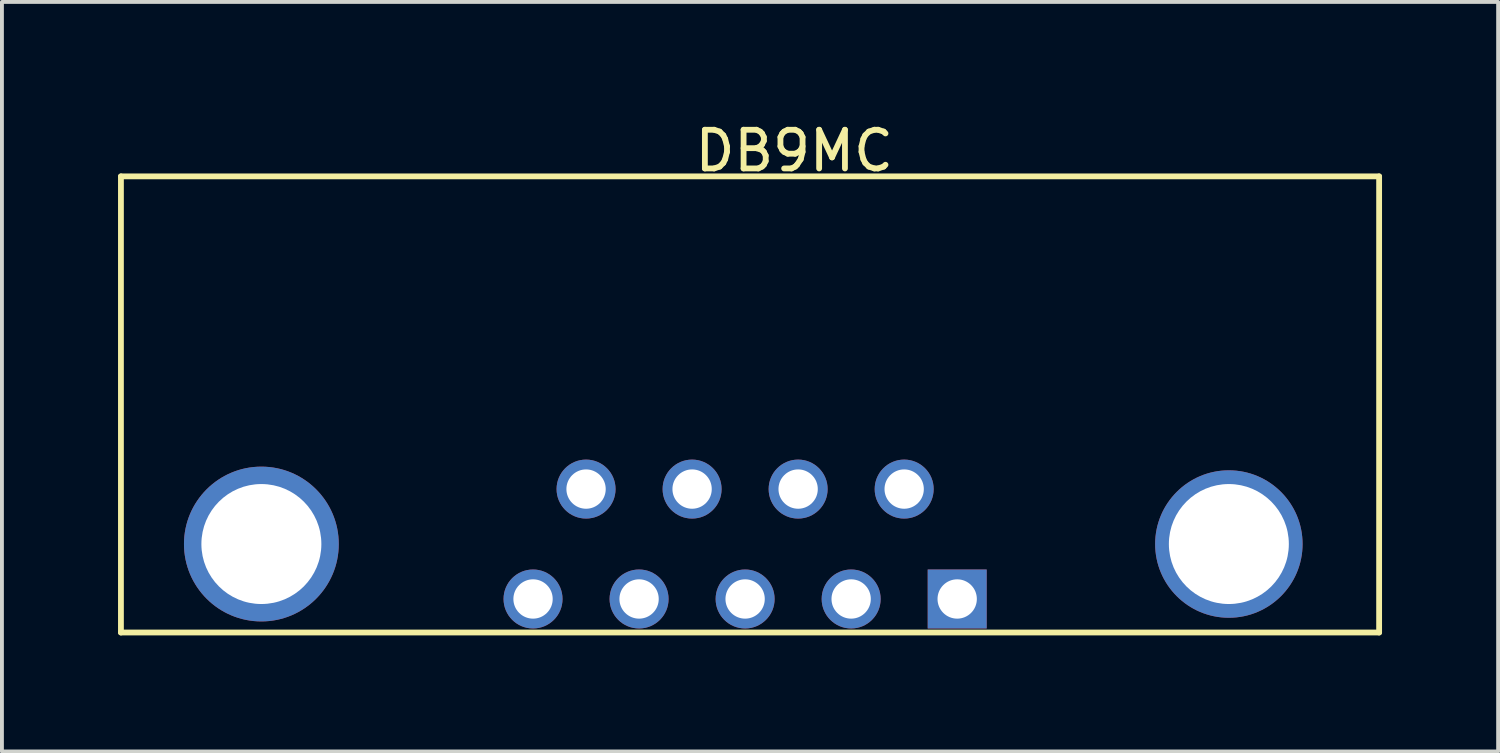
<source format=kicad_pcb>
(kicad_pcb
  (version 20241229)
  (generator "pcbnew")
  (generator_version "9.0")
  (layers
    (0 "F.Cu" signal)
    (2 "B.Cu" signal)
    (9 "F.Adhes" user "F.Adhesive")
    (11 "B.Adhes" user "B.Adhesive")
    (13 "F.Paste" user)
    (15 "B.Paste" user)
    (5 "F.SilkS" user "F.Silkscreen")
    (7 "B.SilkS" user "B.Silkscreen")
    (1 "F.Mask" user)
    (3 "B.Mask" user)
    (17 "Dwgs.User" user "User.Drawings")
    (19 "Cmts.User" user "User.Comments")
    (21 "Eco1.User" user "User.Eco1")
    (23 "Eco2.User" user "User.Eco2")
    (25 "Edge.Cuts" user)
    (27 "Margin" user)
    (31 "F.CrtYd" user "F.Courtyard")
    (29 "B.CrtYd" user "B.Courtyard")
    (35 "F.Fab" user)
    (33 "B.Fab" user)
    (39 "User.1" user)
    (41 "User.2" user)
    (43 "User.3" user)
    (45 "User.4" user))
  (footprint "DB9MC"
    (layer "F.Cu")
    (at 16.204 11.008)
    (property "Reference" "DB9MC" (at 1.27 -10.16 0) (layer "F.SilkS") (effects (font (size 1 1) (thickness 0.15))))
    (attr through_hole)
    (fp_line (start -16.129 -9.5) (end -16.129 2.286) (stroke (width 0.15) (type solid)) (layer "F.SilkS"))
    (fp_line (start -16.129 2.286) (end 16.383 2.286) (stroke (width 0.15) (type solid)) (layer "F.SilkS"))
    (fp_line (start 16.383 -9.5) (end -16.129 -9.5) (stroke (width 0.15) (type solid)) (layer "F.SilkS"))
    (fp_line (start 16.383 2.286) (end 16.383 -9.5) (stroke (width 0.15) (type solid)) (layer "F.SilkS"))
    (pad "" thru_hole circle (at -12.5 0) (size 4 4) (drill 3.1) (layers "*.Cu" "*.Mask"))
    (pad "" thru_hole circle (at 12.5 0) (size 3.81 3.81) (drill 3.1) (layers "*.Cu" "*.Mask"))
    (pad "1" thru_hole rect (at 5.48 1.42) (size 1.524 1.524) (drill 1.016) (layers "*.Cu" "*.Mask"))
    (pad "2" thru_hole circle (at 2.74 1.42) (size 1.524 1.524) (drill 1.016) (layers "*.Cu" "*.Mask"))
    (pad "3" thru_hole circle (at 0 1.42) (size 1.524 1.524) (drill 1.016) (layers "*.Cu" "*.Mask"))
    (pad "4" thru_hole circle (at -2.74 1.42) (size 1.524 1.524) (drill 1.016) (layers "*.Cu" "*.Mask"))
    (pad "5" thru_hole circle (at -5.48 1.42) (size 1.524 1.524) (drill 1.016) (layers "*.Cu" "*.Mask"))
    (pad "6" thru_hole circle (at 4.11 -1.42) (size 1.524 1.524) (drill 1.016) (layers "*.Cu" "*.Mask"))
    (pad "7" thru_hole circle (at 1.37 -1.42) (size 1.524 1.524) (drill 1.016) (layers "*.Cu" "*.Mask"))
    (pad "8" thru_hole circle (at -1.37 -1.42) (size 1.524 1.524) (drill 1.016) (layers "*.Cu" "*.Mask"))
    (pad "9" thru_hole circle (at -4.11 -1.42) (size 1.524 1.524) (drill 1.016) (layers "*.Cu" "*.Mask")))
  (gr_rect
    (start -3 -3)
    (end 35.662 16.369)
    (stroke (width 0.1) (type default))
    (fill no)
    (layer "Edge.Cuts")))
</source>
